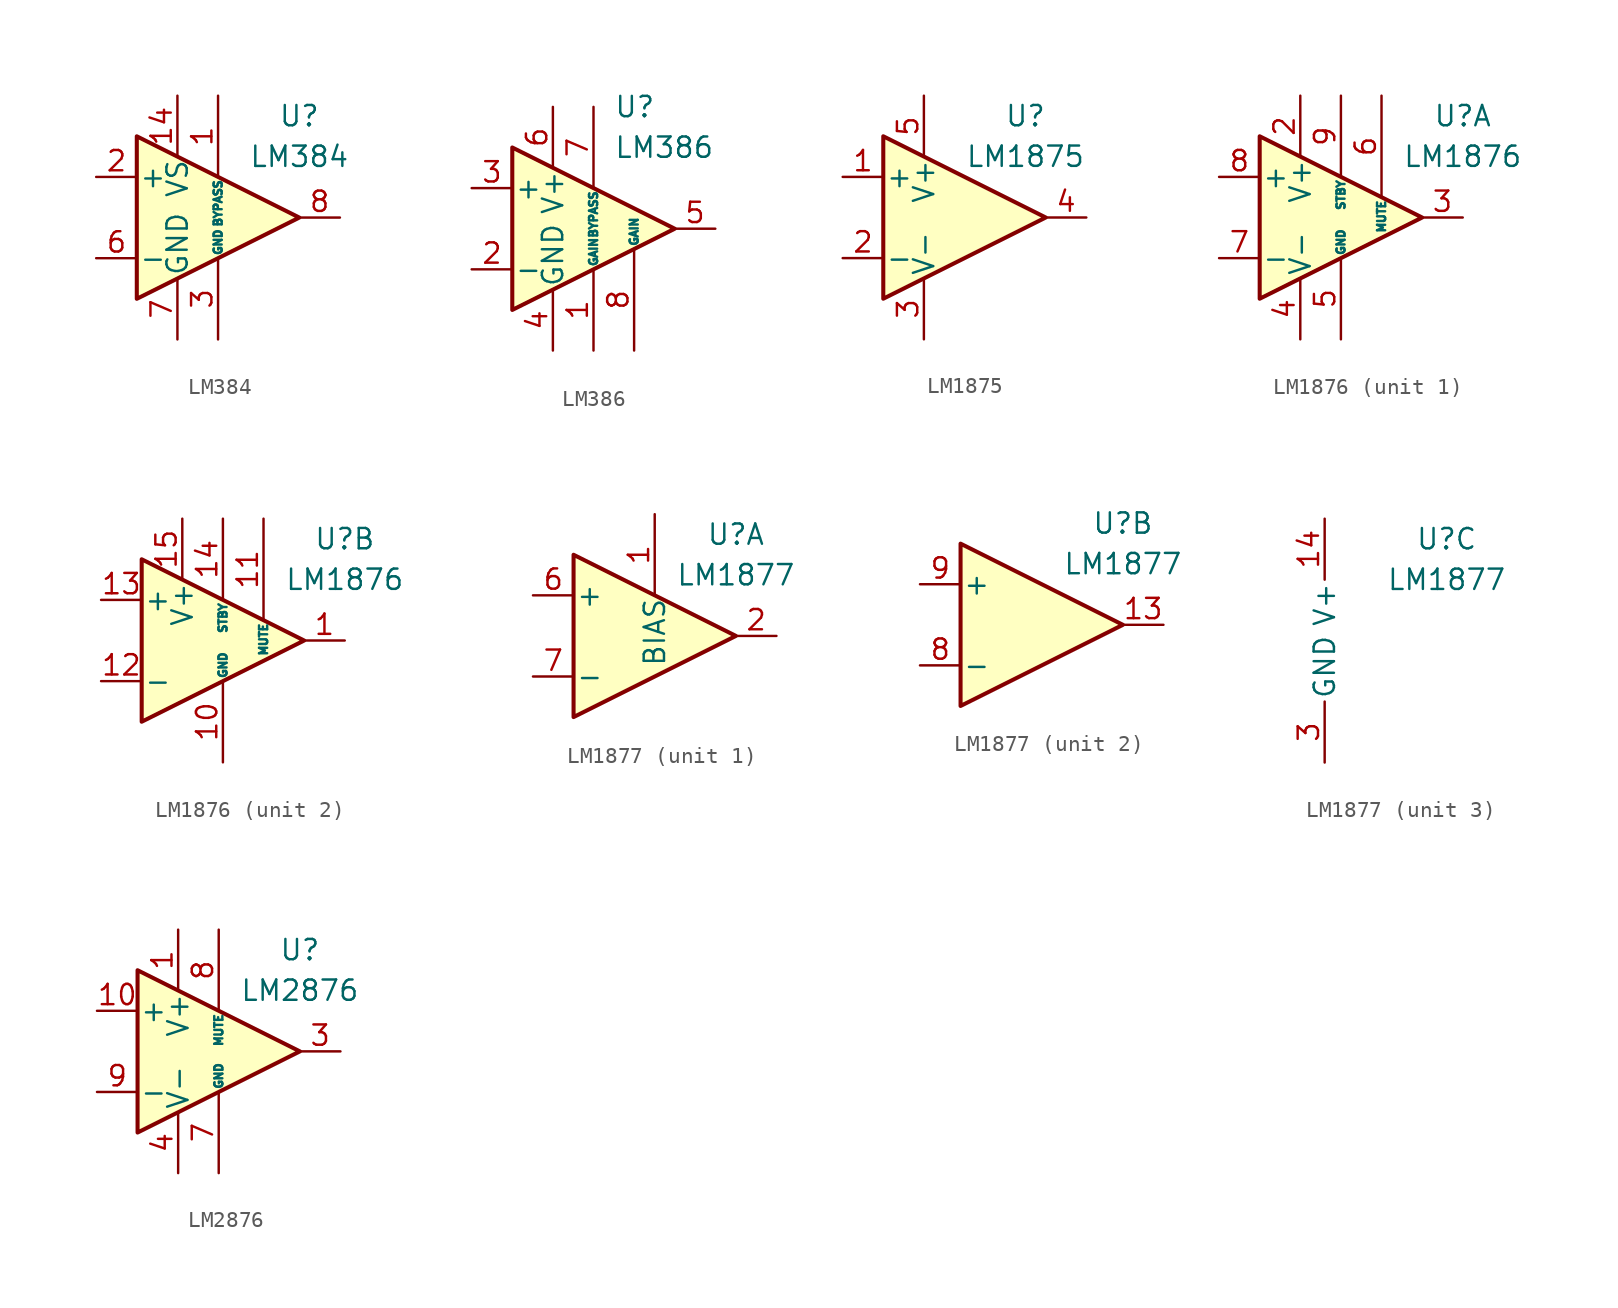
<source format=kicad_sym>
(kicad_symbol_lib
  (version 20200908)
  (generator kicad_symbol_editor)
  (symbol "Amplifier_Audio:LM384"
    (pin_names
      (offset 0.127))
    (property "Reference" "U"
      (at 5.08 6.35 0)
      (effects (font (size 1.27 1.27))))
    (property "Value" "LM384"
      (at 5.08 3.81 0)
      (effects (font (size 1.27 1.27))))
    (symbol "LM384_0_1"
      (polyline (pts (xy -5.08 5.08) (xy 5.08 0) (xy -5.08 -5.08) (xy -5.08 5.08)) (stroke (width 0.254)) (fill (type background))))
    (symbol "LM384_1_1"
      (pin passive line (at 0 7.62 270) (length 5.08) (name "BYPASS" (effects (font (size 0.508 0.508)))) (number "1" (effects (font (size 1.27 1.27)))))
      (pin passive line (at 0 -7.62 90) (length 5.08) hide (name "GND" (effects (font (size 0.508 0.508)))) (number "10" (effects (font (size 1.27 1.27)))))
      (pin passive line (at 0 -7.62 90) (length 5.08) hide (name "GND" (effects (font (size 0.508 0.508)))) (number "11" (effects (font (size 1.27 1.27)))))
      (pin passive line (at 0 -7.62 90) (length 5.08) hide (name "GND" (effects (font (size 0.508 0.508)))) (number "12" (effects (font (size 1.27 1.27)))))
      (pin unconnected line (at 0 2.54 270) (length 2.54) hide (name "NC" (effects (font (size 1.27 1.27)))) (number "13" (effects (font (size 1.27 1.27)))))
      (pin power_in line (at -2.54 7.62 270) (length 3.81) (name "VS" (effects (font (size 1.27 1.27)))) (number "14" (effects (font (size 1.27 1.27)))))
      (pin input line (at -7.62 2.54 0) (length 2.54) (name "+" (effects (font (size 1.27 1.27)))) (number "2" (effects (font (size 1.27 1.27)))))
      (pin power_in line (at 0 -7.62 90) (length 5.08) (name "GND" (effects (font (size 0.508 0.508)))) (number "3" (effects (font (size 1.27 1.27)))))
      (pin passive line (at 0 -7.62 90) (length 5.08) hide (name "GND" (effects (font (size 0.508 0.508)))) (number "4" (effects (font (size 1.27 1.27)))))
      (pin passive line (at 0 -7.62 90) (length 5.08) hide (name "GND" (effects (font (size 0.508 0.508)))) (number "5" (effects (font (size 1.27 1.27)))))
      (pin input line (at -7.62 -2.54 0) (length 2.54) (name "-" (effects (font (size 1.27 1.27)))) (number "6" (effects (font (size 1.27 1.27)))))
      (pin power_in line (at -2.54 -7.62 90) (length 3.81) (name "GND" (effects (font (size 1.27 1.27)))) (number "7" (effects (font (size 1.27 1.27)))))
      (pin output line (at 7.62 0 180) (length 2.54) (name "~" (effects (font (size 1.27 1.27)))) (number "8" (effects (font (size 1.27 1.27)))))
      (pin unconnected line (at -2.54 2.54 270) (length 2.54) hide (name "NC" (effects (font (size 1.27 1.27)))) (number "9" (effects (font (size 1.27 1.27)))))))
  (symbol "Amplifier_Audio:LM386"
    (pin_names
      (offset 0.127))
    (property "Reference" "U"
      (at 1.27 7.62 0)
      (effects (font (size 1.27 1.27)) (justify left)))
    (property "Value" "LM386"
      (at 1.27 5.08 0)
      (effects (font (size 1.27 1.27)) (justify left)))
    (symbol "LM386_0_1"
      (polyline (pts (xy 5.08 0) (xy -5.08 5.08) (xy -5.08 -5.08) (xy 5.08 0)) (stroke (width 0.254)) (fill (type background))))
    (symbol "LM386_1_1"
      (pin input line (at 0 -7.62 90) (length 5.08) (name "GAIN" (effects (font (size 0.508 0.508)))) (number "1" (effects (font (size 1.27 1.27)))))
      (pin input line (at -7.62 -2.54 0) (length 2.54) (name "-" (effects (font (size 1.27 1.27)))) (number "2" (effects (font (size 1.27 1.27)))))
      (pin input line (at -7.62 2.54 0) (length 2.54) (name "+" (effects (font (size 1.27 1.27)))) (number "3" (effects (font (size 1.27 1.27)))))
      (pin power_in line (at -2.54 -7.62 90) (length 3.81) (name "GND" (effects (font (size 1.27 1.27)))) (number "4" (effects (font (size 1.27 1.27)))))
      (pin output line (at 7.62 0 180) (length 2.54) (name "~" (effects (font (size 1.27 1.27)))) (number "5" (effects (font (size 1.27 1.27)))))
      (pin power_in line (at -2.54 7.62 270) (length 3.81) (name "V+" (effects (font (size 1.27 1.27)))) (number "6" (effects (font (size 1.27 1.27)))))
      (pin input line (at 0 7.62 270) (length 5.08) (name "BYPASS" (effects (font (size 0.508 0.508)))) (number "7" (effects (font (size 1.27 1.27)))))
      (pin input line (at 2.54 -7.62 90) (length 6.35) (name "GAIN" (effects (font (size 0.508 0.508)))) (number "8" (effects (font (size 1.27 1.27)))))))
  (symbol "Amplifier_Audio:LM1875"
    (pin_names
      (offset 0.127))
    (property "Reference" "U"
      (at 3.81 6.35 0)
      (effects (font (size 1.27 1.27))))
    (property "Value" "LM1875"
      (at 3.81 3.81 0)
      (effects (font (size 1.27 1.27))))
    (symbol "LM1875_0_1"
      (polyline (pts (xy -5.08 5.08) (xy 5.08 0) (xy -5.08 -5.08) (xy -5.08 5.08)) (stroke (width 0.254)) (fill (type background))))
    (symbol "LM1875_1_1"
      (pin input line (at -7.62 2.54 0) (length 2.54) (name "+" (effects (font (size 1.27 1.27)))) (number "1" (effects (font (size 1.27 1.27)))))
      (pin input line (at -7.62 -2.54 0) (length 2.54) (name "-" (effects (font (size 1.27 1.27)))) (number "2" (effects (font (size 1.27 1.27)))))
      (pin power_in line (at -2.54 -7.62 90) (length 3.81) (name "V-" (effects (font (size 1.27 1.27)))) (number "3" (effects (font (size 1.27 1.27)))))
      (pin output line (at 7.62 0 180) (length 2.54) (name "~" (effects (font (size 1.27 1.27)))) (number "4" (effects (font (size 1.27 1.27)))))
      (pin power_in line (at -2.54 7.62 270) (length 3.81) (name "V+" (effects (font (size 1.27 1.27)))) (number "5" (effects (font (size 1.27 1.27)))))))
  (symbol "Amplifier_Audio:LM1876"
    (pin_names
      (offset 0.127))
    (property "Reference" "U"
      (at 7.62 6.35 0)
      (effects (font (size 1.27 1.27))))
    (property "Value" "LM1876"
      (at 7.62 3.81 0)
      (effects (font (size 1.27 1.27))))
    (property "ki_locked" ""
      (at 0 0 0)
      (effects (font (size 1.27 1.27))))
    (symbol "LM1876_0_1"
      (polyline (pts (xy -5.08 5.08) (xy 5.08 0) (xy -5.08 -5.08) (xy -5.08 5.08)) (stroke (width 0.254)) (fill (type background))))
    (symbol "LM1876_1_1"
      (pin power_in line (at -2.54 7.62 270) (length 3.81) (name "V+" (effects (font (size 1.27 1.27)))) (number "2" (effects (font (size 1.27 1.27)))))
      (pin output line (at 7.62 0 180) (length 2.54) (name "~" (effects (font (size 1.27 1.27)))) (number "3" (effects (font (size 1.27 1.27)))))
      (pin power_in line (at -2.54 -7.62 90) (length 3.81) (name "V-" (effects (font (size 1.27 1.27)))) (number "4" (effects (font (size 1.27 1.27)))))
      (pin power_in line (at 0 -7.62 90) (length 5.08) (name "GND" (effects (font (size 0.508 0.508)))) (number "5" (effects (font (size 1.27 1.27)))))
      (pin input line (at 2.54 7.62 270) (length 6.35) (name "MUTE" (effects (font (size 0.508 0.508)))) (number "6" (effects (font (size 1.27 1.27)))))
      (pin input line (at -7.62 -2.54 0) (length 2.54) (name "-" (effects (font (size 1.27 1.27)))) (number "7" (effects (font (size 1.27 1.27)))))
      (pin input line (at -7.62 2.54 0) (length 2.54) (name "+" (effects (font (size 1.27 1.27)))) (number "8" (effects (font (size 1.27 1.27)))))
      (pin input line (at 0 7.62 270) (length 5.08) (name "STBY" (effects (font (size 0.508 0.508)))) (number "9" (effects (font (size 1.27 1.27))))))
    (symbol "LM1876_2_1"
      (pin output line (at 7.62 0 180) (length 2.54) (name "~" (effects (font (size 1.27 1.27)))) (number "1" (effects (font (size 1.27 1.27)))))
      (pin power_in line (at 0 -7.62 90) (length 5.08) (name "GND" (effects (font (size 0.508 0.508)))) (number "10" (effects (font (size 1.27 1.27)))))
      (pin input line (at 2.54 7.62 270) (length 6.35) (name "MUTE" (effects (font (size 0.508 0.508)))) (number "11" (effects (font (size 1.27 1.27)))))
      (pin input line (at -7.62 -2.54 0) (length 2.54) (name "-" (effects (font (size 1.27 1.27)))) (number "12" (effects (font (size 1.27 1.27)))))
      (pin input line (at -7.62 2.54 0) (length 2.54) (name "+" (effects (font (size 1.27 1.27)))) (number "13" (effects (font (size 1.27 1.27)))))
      (pin input line (at 0 7.62 270) (length 5.08) (name "STBY" (effects (font (size 0.508 0.508)))) (number "14" (effects (font (size 1.27 1.27)))))
      (pin power_in line (at -2.54 7.62 270) (length 3.81) (name "V+" (effects (font (size 1.27 1.27)))) (number "15" (effects (font (size 1.27 1.27)))))))
  (symbol "Amplifier_Audio:LM1877"
    (pin_names
      (offset 0.127))
    (property "Reference" "U"
      (at 5.08 6.35 0)
      (effects (font (size 1.27 1.27))))
    (property "Value" "LM1877"
      (at 5.08 3.81 0)
      (effects (font (size 1.27 1.27))))
    (property "ki_locked" ""
      (at 0 0 0)
      (effects (font (size 1.27 1.27))))
    (symbol "LM1877_1_1"
      (polyline (pts (xy -5.08 5.08) (xy 5.08 0) (xy -5.08 -5.08) (xy -5.08 5.08)) (stroke (width 0.254)) (fill (type background)))
      (pin input line (at 0 7.62 270) (length 5.08) (name "BIAS" (effects (font (size 1.27 1.27)))) (number "1" (effects (font (size 1.27 1.27)))))
      (pin output line (at 7.62 0 180) (length 2.54) (name "~" (effects (font (size 1.27 1.27)))) (number "2" (effects (font (size 1.27 1.27)))))
      (pin input line (at -7.62 2.54 0) (length 2.54) (name "+" (effects (font (size 1.27 1.27)))) (number "6" (effects (font (size 1.27 1.27)))))
      (pin input line (at -7.62 -2.54 0) (length 2.54) (name "-" (effects (font (size 1.27 1.27)))) (number "7" (effects (font (size 1.27 1.27))))))
    (symbol "LM1877_2_1"
      (polyline (pts (xy -5.08 5.08) (xy 5.08 0) (xy -5.08 -5.08) (xy -5.08 5.08)) (stroke (width 0.254)) (fill (type background)))
      (pin output line (at 7.62 0 180) (length 2.54) (name "~" (effects (font (size 1.27 1.27)))) (number "13" (effects (font (size 1.27 1.27)))))
      (pin input line (at -7.62 -2.54 0) (length 2.54) (name "-" (effects (font (size 1.27 1.27)))) (number "8" (effects (font (size 1.27 1.27)))))
      (pin input line (at -7.62 2.54 0) (length 2.54) (name "+" (effects (font (size 1.27 1.27)))) (number "9" (effects (font (size 1.27 1.27))))))
    (symbol "LM1877_3_1"
      (pin passive line (at -2.54 -7.62 90) (length 3.81) hide (name "GND" (effects (font (size 1.27 1.27)))) (number "10" (effects (font (size 1.27 1.27)))))
      (pin passive line (at -2.54 -7.62 90) (length 3.81) hide (name "GND" (effects (font (size 1.27 1.27)))) (number "11" (effects (font (size 1.27 1.27)))))
      (pin passive line (at -2.54 -7.62 90) (length 3.81) hide (name "GND" (effects (font (size 1.27 1.27)))) (number "12" (effects (font (size 1.27 1.27)))))
      (pin power_in line (at -2.54 7.62 270) (length 3.81) (name "V+" (effects (font (size 1.27 1.27)))) (number "14" (effects (font (size 1.27 1.27)))))
      (pin power_in line (at -2.54 -7.62 90) (length 3.81) (name "GND" (effects (font (size 1.27 1.27)))) (number "3" (effects (font (size 1.27 1.27)))))
      (pin passive line (at -2.54 -7.62 90) (length 3.81) hide (name "GND" (effects (font (size 1.27 1.27)))) (number "4" (effects (font (size 1.27 1.27)))))
      (pin passive line (at -2.54 -7.62 90) (length 3.81) hide (name "GND" (effects (font (size 1.27 1.27)))) (number "5" (effects (font (size 1.27 1.27)))))))
  (symbol "Amplifier_Audio:LM2876"
    (pin_names
      (offset 0.127))
    (property "Reference" "U"
      (at 5.08 6.35 0)
      (effects (font (size 1.27 1.27))))
    (property "Value" "LM2876"
      (at 5.08 3.81 0)
      (effects (font (size 1.27 1.27))))
    (symbol "LM2876_0_1"
      (polyline (pts (xy -5.08 5.08) (xy 5.08 0) (xy -5.08 -5.08) (xy -5.08 5.08)) (stroke (width 0.254)) (fill (type background))))
    (symbol "LM2876_1_1"
      (pin power_in line (at -2.54 7.62 270) (length 3.81) (name "V+" (effects (font (size 1.27 1.27)))) (number "1" (effects (font (size 1.27 1.27)))))
      (pin input line (at -7.62 2.54 0) (length 2.54) (name "+" (effects (font (size 1.27 1.27)))) (number "10" (effects (font (size 1.27 1.27)))))
      (pin unconnected line (at 2.54 2.54 270) (length 2.54) hide (name "NC" (effects (font (size 1.27 1.27)))) (number "11" (effects (font (size 1.27 1.27)))))
      (pin unconnected line (at -2.54 2.54 270) (length 2.54) hide (name "NC" (effects (font (size 1.27 1.27)))) (number "2" (effects (font (size 1.27 1.27)))))
      (pin output line (at 7.62 0 180) (length 2.54) (name "~" (effects (font (size 1.27 1.27)))) (number "3" (effects (font (size 1.27 1.27)))))
      (pin power_in line (at -2.54 -7.62 90) (length 3.81) (name "V-" (effects (font (size 1.27 1.27)))) (number "4" (effects (font (size 1.27 1.27)))))
      (pin unconnected line (at -2.54 -2.54 270) (length 3.81) hide (name "NC" (effects (font (size 1.27 1.27)))) (number "5" (effects (font (size 1.27 1.27)))))
      (pin unconnected line (at 0 2.54 270) (length 2.54) hide (name "NC" (effects (font (size 1.27 1.27)))) (number "6" (effects (font (size 1.27 1.27)))))
      (pin power_in line (at 0 -7.62 90) (length 5.08) (name "GND" (effects (font (size 0.508 0.508)))) (number "7" (effects (font (size 1.27 1.27)))))
      (pin input line (at 0 7.62 270) (length 5.08) (name "MUTE" (effects (font (size 0.508 0.508)))) (number "8" (effects (font (size 1.27 1.27)))))
      (pin input line (at -7.62 -2.54 0) (length 2.54) (name "-" (effects (font (size 1.27 1.27)))) (number "9" (effects (font (size 1.27 1.27))))))))
</source>
